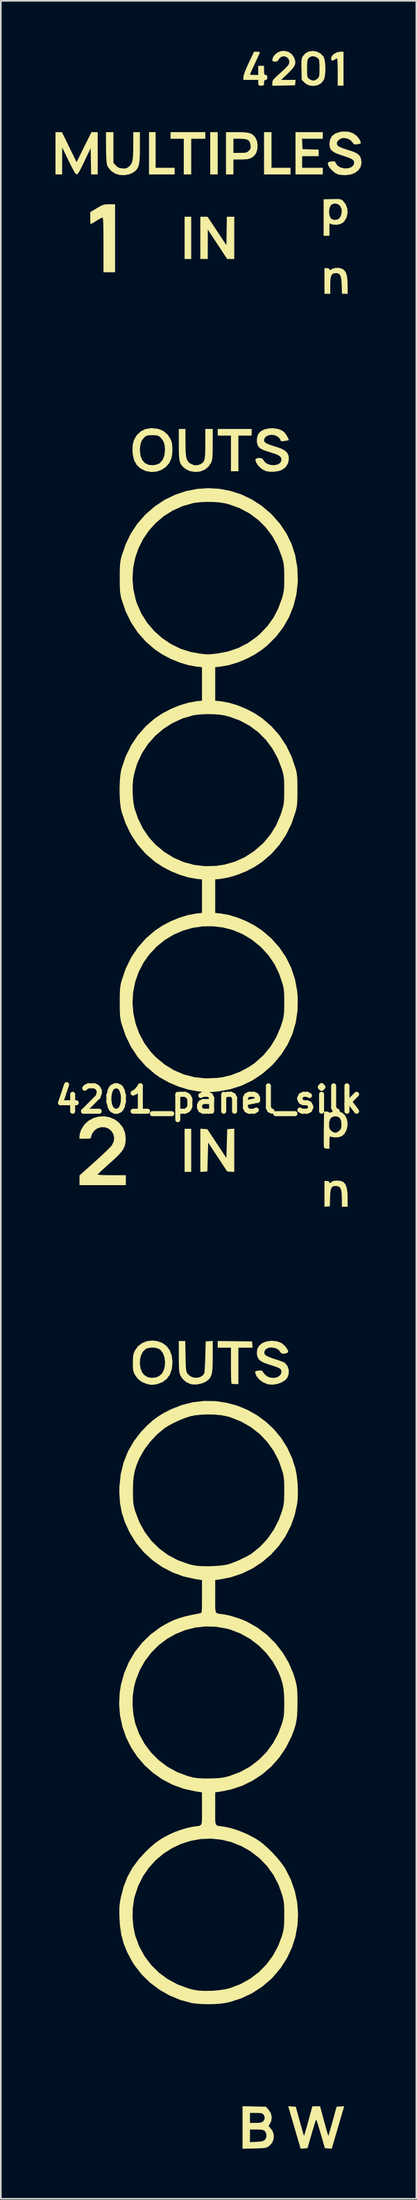
<source format=kicad_pcb>
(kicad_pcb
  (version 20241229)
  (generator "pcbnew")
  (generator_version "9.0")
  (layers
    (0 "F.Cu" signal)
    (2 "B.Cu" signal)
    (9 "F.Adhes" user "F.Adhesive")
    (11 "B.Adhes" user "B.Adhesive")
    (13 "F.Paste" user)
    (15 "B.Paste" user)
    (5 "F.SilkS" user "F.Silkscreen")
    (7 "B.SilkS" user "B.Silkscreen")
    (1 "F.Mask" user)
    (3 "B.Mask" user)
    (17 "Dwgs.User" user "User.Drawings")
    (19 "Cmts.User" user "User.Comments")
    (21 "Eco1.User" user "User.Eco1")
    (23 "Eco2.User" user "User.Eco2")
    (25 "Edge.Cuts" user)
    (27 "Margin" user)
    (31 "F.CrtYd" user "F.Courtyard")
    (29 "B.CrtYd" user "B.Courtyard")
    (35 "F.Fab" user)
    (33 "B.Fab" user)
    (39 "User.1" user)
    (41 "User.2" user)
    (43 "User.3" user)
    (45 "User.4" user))
  (footprint "4201_panel_silk"
    (layer "F.Cu")
    (at 9.478 62.879)
    (property "Reference" "4201_panel_silk" (at 0 0 0) (layer "F.SilkS") (effects (font (size 1.524 1.524) (thickness 0.3))))
    (attr board_only exclude_from_pos_files exclude_from_bom)
    (fp_poly (pts (xy -1.044 -50.402) (xy -1.441 -50.402) (xy -1.441 -52.937) (xy -1.044 -52.937)) (stroke (width 0) (type solid)) (fill yes) (layer "F.SilkS"))
    (fp_poly (pts (xy -1.044 4.324) (xy -1.441 4.324) (xy -1.441 1.74) (xy -1.044 1.74)) (stroke (width 0) (type solid)) (fill yes) (layer "F.SilkS"))
    (fp_poly (pts (xy 0.547 -55.472) (xy 0.099 -55.472) (xy 0.099 -58.007) (xy 0.547 -58.007)) (stroke (width 0) (type solid)) (fill yes) (layer "F.SilkS"))
    (fp_poly (pts (xy -3.181 -55.87) (xy -2.038 -55.87) (xy -2.038 -55.472) (xy -3.579 -55.472) (xy -3.579 -58.007) (xy -3.181 -58.007)) (stroke (width 0) (type solid)) (fill yes) (layer "F.SilkS"))
    (fp_poly (pts (xy 3.778 -55.87) (xy 4.921 -55.87) (xy 4.921 -55.472) (xy 3.33 -55.472) (xy 3.33 -58.007) (xy 3.778 -58.007)) (stroke (width 0) (type solid)) (fill yes) (layer "F.SilkS"))
    (fp_poly (pts (xy -0.199 -57.61) (xy -1.044 -57.61) (xy -1.044 -55.472) (xy -1.491 -55.472) (xy -1.491 -57.61) (xy -2.286 -57.61) (xy -2.286 -58.007) (xy -0.199 -58.007)) (stroke (width 0) (type solid)) (fill yes) (layer "F.SilkS"))
    (fp_poly (pts (xy 2.585 -39.815) (xy 1.789 -39.815) (xy 1.789 -37.677) (xy 1.342 -37.677) (xy 1.342 -39.815) (xy 0.547 -39.815) (xy 0.547 -40.213) (xy 2.585 -40.213)) (stroke (width 0) (type solid)) (fill yes) (layer "F.SilkS"))
    (fp_poly (pts (xy 0.502 -52.085) (xy 1.069 -51.232) (xy 1.082 -52.085) (xy 1.096 -52.937) (xy 1.541 -52.937) (xy 1.541 -50.402) (xy 1.115 -50.402) (xy 0.534 -51.285) (xy -0.048 -52.167) (xy -0.049 -51.285) (xy -0.05 -50.402) (xy -0.497 -50.402) (xy -0.497 -52.937) (xy -0.064 -52.937)) (stroke (width 0) (type solid)) (fill yes) (layer "F.SilkS"))
    (fp_poly (pts (xy 6.859 -57.61) (xy 5.612 -57.61) (xy 5.627 -57.299) (xy 5.642 -56.988) (xy 6.126 -56.974) (xy 6.611 -56.96) (xy 6.611 -56.566) (xy 5.617 -56.566) (xy 5.617 -55.87) (xy 6.859 -55.87) (xy 6.859 -55.472) (xy 5.219 -55.472) (xy 5.219 -58.007) (xy 6.859 -58.007)) (stroke (width 0) (type solid)) (fill yes) (layer "F.SilkS"))
    (fp_poly (pts (xy 1.541 4.33) (xy 1.33 4.315) (xy 1.118 4.3) (xy 0.547 3.436) (xy -0.025 2.572) (xy -0.075 4.3) (xy -0.286 4.315) (xy -0.497 4.33) (xy -0.497 1.734) (xy -0.286 1.749) (xy -0.075 1.765) (xy 1.069 3.492) (xy 1.094 2.628) (xy 1.118 1.765) (xy 1.33 1.749) (xy 1.541 1.734)) (stroke (width 0) (type solid)) (fill yes) (layer "F.SilkS"))
    (fp_poly (pts (xy 2.61 14.489) (xy 2.625 14.676) (xy 2.64 14.862) (xy 1.789 14.862) (xy 1.789 17.049) (xy 1.599 17.049) (xy 1.468 17.041) (xy 1.383 17.022) (xy 1.375 17.016) (xy 1.365 16.959) (xy 1.357 16.817) (xy 1.35 16.606) (xy 1.345 16.34) (xy 1.342 16.035) (xy 1.342 15.923) (xy 1.342 14.862) (xy 0.547 14.862) (xy 0.547 14.463)) (stroke (width 0) (type solid)) (fill yes) (layer "F.SilkS"))
    (fp_poly (pts (xy 8.102 -60.791) (xy 7.754 -60.791) (xy 7.754 -61.611) (xy 7.752 -61.884) (xy 7.746 -62.119) (xy 7.736 -62.298) (xy 7.724 -62.407) (xy 7.714 -62.431) (xy 7.647 -62.404) (xy 7.577 -62.358) (xy 7.456 -62.291) (xy 7.383 -62.31) (xy 7.357 -62.415) (xy 7.357 -62.43) (xy 7.402 -62.568) (xy 7.522 -62.693) (xy 7.69 -62.785) (xy 7.883 -62.828) (xy 7.915 -62.829) (xy 8.102 -62.829)) (stroke (width 0) (type solid)) (fill yes) (layer "F.SilkS"))
    (fp_poly (pts (xy -8.368 -57.109) (xy -7.928 -56.21) (xy -7.482 -57.109) (xy -7.036 -58.007) (xy -6.661 -58.007) (xy -6.661 -55.472) (xy -7.056 -55.472) (xy -7.083 -57.047) (xy -7.456 -56.261) (xy -7.604 -55.956) (xy -7.718 -55.733) (xy -7.805 -55.585) (xy -7.87 -55.501) (xy -7.918 -55.474) (xy -7.919 -55.474) (xy -7.965 -55.497) (xy -8.028 -55.573) (xy -8.112 -55.712) (xy -8.224 -55.923) (xy -8.369 -56.213) (xy -8.402 -56.28) (xy -8.793 -57.088) (xy -8.796 -56.28) (xy -8.798 -55.472) (xy -9.196 -55.472) (xy -9.196 -58.007) (xy -8.808 -58.007)) (stroke (width 0) (type solid)) (fill yes) (layer "F.SilkS"))
    (fp_poly (pts (xy -5.617 -49.607) (xy -6.313 -49.607) (xy -6.313 -51.247) (xy -6.314 -51.731) (xy -6.317 -52.122) (xy -6.323 -52.425) (xy -6.331 -52.647) (xy -6.342 -52.794) (xy -6.357 -52.871) (xy -6.369 -52.888) (xy -6.437 -52.863) (xy -6.562 -52.796) (xy -6.719 -52.703) (xy -6.741 -52.689) (xy -6.896 -52.593) (xy -7.016 -52.523) (xy -7.079 -52.491) (xy -7.082 -52.49) (xy -7.095 -52.536) (xy -7.104 -52.656) (xy -7.108 -52.826) (xy -7.108 -52.851) (xy -7.108 -53.212) (xy -6.715 -53.447) (xy -6.522 -53.56) (xy -6.38 -53.63) (xy -6.256 -53.666) (xy -6.119 -53.681) (xy -5.969 -53.683) (xy -5.617 -53.683)) (stroke (width 0) (type solid)) (fill yes) (layer "F.SilkS"))
    (fp_poly (pts (xy 7.991 -49.828) (xy 8.086 -49.776) (xy 8.194 -49.67) (xy 8.27 -49.528) (xy 8.318 -49.333) (xy 8.342 -49.067) (xy 8.348 -48.824) (xy 8.351 -48.315) (xy 8.012 -48.315) (xy 7.995 -48.832) (xy 7.977 -49.123) (xy 7.941 -49.328) (xy 7.882 -49.461) (xy 7.793 -49.533) (xy 7.668 -49.557) (xy 7.647 -49.557) (xy 7.511 -49.54) (xy 7.415 -49.48) (xy 7.353 -49.364) (xy 7.319 -49.178) (xy 7.307 -48.91) (xy 7.307 -48.837) (xy 7.307 -48.315) (xy 6.959 -48.315) (xy 6.959 -49.856) (xy 7.108 -49.856) (xy 7.226 -49.834) (xy 7.257 -49.78) (xy 7.268 -49.734) (xy 7.318 -49.746) (xy 7.384 -49.788) (xy 7.57 -49.86) (xy 7.787 -49.873)) (stroke (width 0) (type solid)) (fill yes) (layer "F.SilkS"))
    (fp_poly (pts (xy 7.941 4.868) (xy 8.102 4.94) (xy 8.218 5.071) (xy 8.294 5.271) (xy 8.337 5.549) (xy 8.35 5.913) (xy 8.35 5.927) (xy 8.351 6.412) (xy 8.003 6.412) (xy 8.003 5.937) (xy 7.994 5.638) (xy 7.965 5.425) (xy 7.907 5.285) (xy 7.816 5.205) (xy 7.686 5.173) (xy 7.625 5.17) (xy 7.5 5.184) (xy 7.412 5.235) (xy 7.353 5.339) (xy 7.318 5.508) (xy 7.3 5.758) (xy 7.296 5.867) (xy 7.282 6.387) (xy 6.959 6.418) (xy 6.959 4.871) (xy 7.108 4.871) (xy 7.222 4.89) (xy 7.257 4.953) (xy 7.257 4.953) (xy 7.266 5.004) (xy 7.308 4.987) (xy 7.362 4.941) (xy 7.478 4.875) (xy 7.654 4.848) (xy 7.731 4.846)) (stroke (width 0) (type solid)) (fill yes) (layer "F.SilkS"))
    (fp_poly (pts (xy 1.702 -58.007) (xy 2.037 -58.002) (xy 2.289 -57.982) (xy 2.477 -57.942) (xy 2.618 -57.879) (xy 2.729 -57.786) (xy 2.798 -57.702) (xy 2.899 -57.495) (xy 2.942 -57.248) (xy 2.93 -56.994) (xy 2.861 -56.765) (xy 2.768 -56.623) (xy 2.638 -56.506) (xy 2.495 -56.429) (xy 2.313 -56.386) (xy 2.068 -56.369) (xy 1.941 -56.367) (xy 1.491 -56.367) (xy 1.491 -55.472) (xy 1.044 -55.472) (xy 1.044 -56.765) (xy 1.491 -56.765) (xy 1.891 -56.765) (xy 2.096 -56.768) (xy 2.229 -56.781) (xy 2.318 -56.812) (xy 2.391 -56.866) (xy 2.419 -56.893) (xy 2.502 -56.994) (xy 2.529 -57.1) (xy 2.519 -57.228) (xy 2.479 -57.396) (xy 2.401 -57.508) (xy 2.269 -57.574) (xy 2.067 -57.605) (xy 1.883 -57.61) (xy 1.491 -57.61) (xy 1.491 -56.765) (xy 1.044 -56.765) (xy 1.044 -58.007)) (stroke (width 0) (type solid)) (fill yes) (layer "F.SilkS"))
    (fp_poly (pts (xy -5.716 -56.17) (xy -5.577 -56.014) (xy -5.46 -55.908) (xy -5.325 -55.854) (xy -5.189 -55.833) (xy -5.026 -55.826) (xy -4.913 -55.853) (xy -4.804 -55.926) (xy -4.783 -55.942) (xy -4.695 -56.031) (xy -4.628 -56.137) (xy -4.581 -56.274) (xy -4.55 -56.458) (xy -4.532 -56.704) (xy -4.524 -57.027) (xy -4.524 -57.225) (xy -4.523 -58.007) (xy -4.126 -58.007) (xy -4.126 -57.079) (xy -4.129 -56.687) (xy -4.142 -56.38) (xy -4.168 -56.143) (xy -4.212 -55.963) (xy -4.277 -55.825) (xy -4.367 -55.714) (xy -4.487 -55.616) (xy -4.536 -55.582) (xy -4.772 -55.477) (xy -5.054 -55.429) (xy -5.342 -55.441) (xy -5.599 -55.516) (xy -5.601 -55.517) (xy -5.86 -55.686) (xy -6.042 -55.913) (xy -6.098 -56.035) (xy -6.121 -56.151) (xy -6.139 -56.355) (xy -6.152 -56.636) (xy -6.159 -56.982) (xy -6.16 -57.1) (xy -6.164 -58.007) (xy -5.716 -58.007)) (stroke (width 0) (type solid)) (fill yes) (layer "F.SilkS"))
    (fp_poly (pts (xy 7.82 -53.997) (xy 7.939 -53.975) (xy 8.031 -53.924) (xy 8.08 -53.882) (xy 8.244 -53.668) (xy 8.333 -53.415) (xy 8.347 -53.146) (xy 8.285 -52.886) (xy 8.148 -52.659) (xy 8.089 -52.598) (xy 7.918 -52.499) (xy 7.702 -52.451) (xy 7.481 -52.462) (xy 7.41 -52.481) (xy 7.257 -52.535) (xy 7.257 -51.794) (xy 6.909 -51.794) (xy 6.909 -53.228) (xy 7.237 -53.228) (xy 7.256 -53.037) (xy 7.314 -52.879) (xy 7.395 -52.791) (xy 7.559 -52.743) (xy 7.73 -52.764) (xy 7.851 -52.835) (xy 7.939 -52.979) (xy 7.989 -53.171) (xy 7.991 -53.365) (xy 7.982 -53.411) (xy 7.895 -53.587) (xy 7.752 -53.697) (xy 7.577 -53.731) (xy 7.405 -53.682) (xy 7.312 -53.582) (xy 7.256 -53.42) (xy 7.237 -53.228) (xy 6.909 -53.228) (xy 6.909 -53.985) (xy 7.12 -53.987) (xy 7.292 -53.99) (xy 7.504 -53.994) (xy 7.638 -53.997)) (stroke (width 0) (type solid)) (fill yes) (layer "F.SilkS"))
    (fp_poly (pts (xy 4.796 -62.82) (xy 4.989 -62.687) (xy 5.123 -62.5) (xy 5.193 -62.322) (xy 5.212 -62.167) (xy 5.174 -62.016) (xy 5.071 -61.853) (xy 4.898 -61.659) (xy 4.761 -61.524) (xy 4.358 -61.139) (xy 5.225 -61.139) (xy 5.194 -60.816) (xy 4.511 -60.802) (xy 3.827 -60.788) (xy 3.827 -60.96) (xy 3.834 -61.038) (xy 3.863 -61.111) (xy 3.926 -61.196) (xy 4.035 -61.308) (xy 4.203 -61.461) (xy 4.298 -61.545) (xy 4.484 -61.715) (xy 4.645 -61.874) (xy 4.764 -62.005) (xy 4.824 -62.09) (xy 4.825 -62.092) (xy 4.849 -62.255) (xy 4.797 -62.399) (xy 4.689 -62.506) (xy 4.548 -62.556) (xy 4.393 -62.533) (xy 4.342 -62.505) (xy 4.241 -62.415) (xy 4.188 -62.327) (xy 4.137 -62.257) (xy 4.02 -62.233) (xy 3.996 -62.232) (xy 3.88 -62.243) (xy 3.834 -62.288) (xy 3.827 -62.35) (xy 3.858 -62.471) (xy 3.931 -62.599) (xy 3.931 -62.6) (xy 4.12 -62.77) (xy 4.341 -62.863) (xy 4.574 -62.879)) (stroke (width 0) (type solid)) (fill yes) (layer "F.SilkS"))
    (fp_poly (pts (xy 0.249 15.383) (xy 0.246 15.76) (xy 0.236 16.054) (xy 0.217 16.278) (xy 0.185 16.448) (xy 0.139 16.58) (xy 0.075 16.688) (xy 0.011 16.767) (xy -0.176 16.91) (xy -0.423 17.014) (xy -0.697 17.07) (xy -0.965 17.069) (xy -1.094 17.043) (xy -1.351 16.921) (xy -1.566 16.732) (xy -1.694 16.533) (xy -1.728 16.447) (xy -1.752 16.348) (xy -1.769 16.218) (xy -1.78 16.042) (xy -1.786 15.804) (xy -1.788 15.486) (xy -1.788 15.397) (xy -1.789 14.465) (xy -1.401 14.465) (xy -1.384 15.372) (xy -1.377 15.696) (xy -1.369 15.936) (xy -1.359 16.109) (xy -1.343 16.23) (xy -1.321 16.316) (xy -1.29 16.383) (xy -1.253 16.439) (xy -1.102 16.577) (xy -0.91 16.654) (xy -0.702 16.669) (xy -0.504 16.624) (xy -0.343 16.52) (xy -0.266 16.413) (xy -0.251 16.338) (xy -0.236 16.181) (xy -0.222 15.96) (xy -0.209 15.691) (xy -0.199 15.409) (xy -0.174 14.489) (xy 0.037 14.474) (xy 0.249 14.459)) (stroke (width 0) (type solid)) (fill yes) (layer "F.SilkS"))
    (fp_poly (pts (xy -1.389 -39.405) (xy -1.384 -39.039) (xy -1.372 -38.759) (xy -1.347 -38.548) (xy -1.307 -38.393) (xy -1.249 -38.279) (xy -1.169 -38.192) (xy -1.099 -38.139) (xy -0.877 -38.041) (xy -0.651 -38.042) (xy -0.502 -38.097) (xy -0.401 -38.156) (xy -0.325 -38.223) (xy -0.271 -38.313) (xy -0.235 -38.44) (xy -0.213 -38.619) (xy -0.202 -38.863) (xy -0.199 -39.188) (xy -0.199 -39.316) (xy -0.199 -40.213) (xy 0.249 -40.213) (xy 0.247 -39.305) (xy 0.246 -38.97) (xy 0.24 -38.717) (xy 0.23 -38.53) (xy 0.214 -38.394) (xy 0.19 -38.29) (xy 0.157 -38.202) (xy 0.155 -38.197) (xy -0.008 -37.951) (xy -0.234 -37.771) (xy -0.505 -37.662) (xy -0.806 -37.632) (xy -1.119 -37.686) (xy -1.161 -37.701) (xy -1.331 -37.784) (xy -1.489 -37.897) (xy -1.503 -37.91) (xy -1.597 -38.006) (xy -1.668 -38.105) (xy -1.72 -38.221) (xy -1.754 -38.37) (xy -1.775 -38.568) (xy -1.786 -38.83) (xy -1.789 -39.171) (xy -1.789 -39.291) (xy -1.789 -40.213) (xy -1.392 -40.213)) (stroke (width 0) (type solid)) (fill yes) (layer "F.SilkS"))
    (fp_poly (pts (xy 3.021 -62.821) (xy 3.08 -62.8) (xy 3.082 -62.795) (xy 3.062 -62.74) (xy 3.007 -62.612) (xy 2.924 -62.429) (xy 2.822 -62.208) (xy 2.784 -62.125) (xy 2.676 -61.895) (xy 2.586 -61.698) (xy 2.521 -61.552) (xy 2.488 -61.472) (xy 2.485 -61.463) (xy 2.53 -61.448) (xy 2.644 -61.439) (xy 2.734 -61.437) (xy 2.982 -61.437) (xy 2.982 -61.984) (xy 3.33 -61.984) (xy 3.33 -61.711) (xy 3.335 -61.553) (xy 3.353 -61.47) (xy 3.395 -61.44) (xy 3.43 -61.437) (xy 3.503 -61.414) (xy 3.528 -61.327) (xy 3.529 -61.288) (xy 3.514 -61.179) (xy 3.455 -61.14) (xy 3.43 -61.139) (xy 3.361 -61.119) (xy 3.334 -61.044) (xy 3.33 -60.965) (xy 3.323 -60.848) (xy 3.279 -60.801) (xy 3.17 -60.791) (xy 3.156 -60.791) (xy 3.04 -60.799) (xy 2.992 -60.842) (xy 2.982 -60.952) (xy 2.982 -60.965) (xy 2.982 -61.139) (xy 2.088 -61.139) (xy 2.088 -61.309) (xy 2.111 -61.432) (xy 2.18 -61.63) (xy 2.288 -61.892) (xy 2.408 -62.154) (xy 2.728 -62.829) (xy 2.905 -62.829)) (stroke (width 0) (type solid)) (fill yes) (layer "F.SilkS"))
    (fp_poly (pts (xy 7.909 0.734) (xy 8.005 0.771) (xy 8.173 0.91) (xy 8.285 1.108) (xy 8.34 1.343) (xy 8.338 1.592) (xy 8.278 1.832) (xy 8.159 2.04) (xy 8.038 2.157) (xy 7.871 2.232) (xy 7.657 2.261) (xy 7.443 2.242) (xy 7.369 2.221) (xy 7.312 2.205) (xy 7.279 2.22) (xy 7.263 2.285) (xy 7.258 2.418) (xy 7.257 2.557) (xy 7.257 2.933) (xy 7.106 2.933) (xy 6.992 2.914) (xy 6.931 2.869) (xy 6.925 2.802) (xy 6.92 2.652) (xy 6.918 2.433) (xy 6.917 2.163) (xy 6.919 1.856) (xy 6.921 1.763) (xy 6.924 1.509) (xy 7.236 1.509) (xy 7.249 1.675) (xy 7.293 1.784) (xy 7.376 1.872) (xy 7.528 1.968) (xy 7.668 1.973) (xy 7.819 1.885) (xy 7.838 1.868) (xy 7.922 1.783) (xy 7.963 1.688) (xy 7.977 1.545) (xy 7.978 1.476) (xy 7.954 1.244) (xy 7.88 1.092) (xy 7.747 1.012) (xy 7.599 0.994) (xy 7.422 1.033) (xy 7.304 1.149) (xy 7.244 1.345) (xy 7.236 1.509) (xy 6.924 1.509) (xy 6.934 0.721) (xy 7.053 0.704) (xy 7.158 0.713) (xy 7.208 0.746) (xy 7.263 0.78) (xy 7.347 0.751) (xy 7.507 0.706) (xy 7.71 0.701)) (stroke (width 0) (type solid)) (fill yes) (layer "F.SilkS"))
    (fp_poly (pts (xy 6.498 -62.837) (xy 6.712 -62.73) (xy 6.885 -62.556) (xy 6.909 -62.519) (xy 6.963 -62.373) (xy 6.998 -62.158) (xy 7.014 -61.905) (xy 7.012 -61.642) (xy 6.989 -61.4) (xy 6.948 -61.208) (xy 6.927 -61.155) (xy 6.782 -60.958) (xy 6.574 -60.83) (xy 6.317 -60.779) (xy 6.097 -60.794) (xy 5.899 -60.869) (xy 5.749 -60.984) (xy 5.592 -61.141) (xy 5.578 -61.774) (xy 5.577 -61.831) (xy 5.915 -61.831) (xy 5.916 -61.593) (xy 5.922 -61.434) (xy 5.938 -61.333) (xy 5.967 -61.268) (xy 6.015 -61.218) (xy 6.046 -61.192) (xy 6.221 -61.103) (xy 6.389 -61.112) (xy 6.539 -61.211) (xy 6.596 -61.277) (xy 6.632 -61.349) (xy 6.651 -61.453) (xy 6.659 -61.612) (xy 6.661 -61.804) (xy 6.658 -62.018) (xy 6.649 -62.2) (xy 6.637 -62.323) (xy 6.63 -62.355) (xy 6.549 -62.45) (xy 6.415 -62.525) (xy 6.27 -62.559) (xy 6.198 -62.552) (xy 6.081 -62.507) (xy 6 -62.445) (xy 5.951 -62.348) (xy 5.925 -62.197) (xy 5.916 -61.974) (xy 5.915 -61.831) (xy 5.577 -61.831) (xy 5.573 -62.042) (xy 5.575 -62.232) (xy 5.587 -62.364) (xy 5.61 -62.459) (xy 5.646 -62.538) (xy 5.666 -62.571) (xy 5.826 -62.744) (xy 6.033 -62.845) (xy 6.264 -62.876)) (stroke (width 0) (type solid)) (fill yes) (layer "F.SilkS"))
    (fp_poly (pts (xy -3.11 14.464) (xy -2.787 14.576) (xy -2.527 14.762) (xy -2.336 15.017) (xy -2.215 15.337) (xy -2.169 15.717) (xy -2.169 15.757) (xy -2.207 16.14) (xy -2.32 16.466) (xy -2.504 16.728) (xy -2.753 16.922) (xy -3.064 17.041) (xy -3.087 17.046) (xy -3.277 17.082) (xy -3.418 17.092) (xy -3.559 17.074) (xy -3.731 17.031) (xy -4.03 16.909) (xy -4.265 16.715) (xy -4.411 16.512) (xy -4.475 16.394) (xy -4.515 16.286) (xy -4.537 16.16) (xy -4.547 15.985) (xy -4.548 15.833) (xy -4.129 15.833) (xy -4.09 16.099) (xy -3.997 16.335) (xy -3.872 16.497) (xy -3.664 16.626) (xy -3.419 16.676) (xy -3.161 16.645) (xy -2.962 16.561) (xy -2.801 16.414) (xy -2.689 16.205) (xy -2.628 15.957) (xy -2.617 15.691) (xy -2.655 15.43) (xy -2.742 15.197) (xy -2.877 15.014) (xy -2.991 14.932) (xy -3.199 14.867) (xy -3.439 14.855) (xy -3.665 14.895) (xy -3.774 14.942) (xy -3.936 15.092) (xy -4.051 15.306) (xy -4.115 15.561) (xy -4.129 15.833) (xy -4.548 15.833) (xy -4.548 15.782) (xy -4.545 15.535) (xy -4.531 15.358) (xy -4.502 15.22) (xy -4.453 15.092) (xy -4.43 15.044) (xy -4.251 14.788) (xy -4.007 14.597) (xy -3.715 14.477) (xy -3.389 14.435)) (stroke (width 0) (type solid)) (fill yes) (layer "F.SilkS"))
    (fp_poly (pts (xy 2.738 60.352) (xy 3.438 60.368) (xy 3.608 60.554) (xy 3.742 60.766) (xy 3.793 61.002) (xy 3.759 61.236) (xy 3.678 61.394) (xy 3.617 61.488) (xy 3.617 61.546) (xy 3.679 61.612) (xy 3.686 61.618) (xy 3.842 61.82) (xy 3.916 62.053) (xy 3.908 62.294) (xy 3.821 62.521) (xy 3.654 62.711) (xy 3.622 62.735) (xy 3.548 62.782) (xy 3.47 62.816) (xy 3.368 62.839) (xy 3.223 62.853) (xy 3.016 62.863) (xy 2.746 62.871) (xy 2.038 62.888) (xy 2.038 62.492) (xy 2.485 62.492) (xy 2.878 62.474) (xy 3.104 62.457) (xy 3.254 62.427) (xy 3.352 62.38) (xy 3.375 62.361) (xy 3.46 62.224) (xy 3.477 62.055) (xy 3.426 61.894) (xy 3.38 61.835) (xy 3.312 61.783) (xy 3.218 61.753) (xy 3.073 61.739) (xy 2.883 61.735) (xy 2.485 61.735) (xy 2.485 62.492) (xy 2.038 62.492) (xy 2.038 61.338) (xy 2.485 61.338) (xy 2.833 61.338) (xy 3.033 61.332) (xy 3.162 61.31) (xy 3.248 61.267) (xy 3.281 61.238) (xy 3.368 61.101) (xy 3.359 60.954) (xy 3.303 60.852) (xy 3.251 60.794) (xy 3.178 60.761) (xy 3.06 60.745) (xy 2.87 60.741) (xy 2.855 60.741) (xy 2.485 60.741) (xy 2.485 61.338) (xy 2.038 61.338) (xy 2.038 60.336)) (stroke (width 0) (type solid)) (fill yes) (layer "F.SilkS"))
    (fp_poly (pts (xy 7.847 61.348) (xy 7.753 61.668) (xy 7.664 61.972) (xy 7.585 62.242) (xy 7.522 62.459) (xy 7.48 62.603) (xy 7.475 62.62) (xy 7.398 62.884) (xy 7.191 62.869) (xy 6.984 62.854) (xy 6.735 61.996) (xy 6.654 61.722) (xy 6.582 61.484) (xy 6.522 61.298) (xy 6.48 61.178) (xy 6.462 61.14) (xy 6.441 61.185) (xy 6.397 61.311) (xy 6.336 61.502) (xy 6.263 61.744) (xy 6.188 61.997) (xy 5.94 62.854) (xy 5.733 62.869) (xy 5.526 62.884) (xy 5.449 62.62) (xy 5.411 62.492) (xy 5.352 62.287) (xy 5.275 62.026) (xy 5.188 61.726) (xy 5.094 61.407) (xy 5.077 61.348) (xy 4.782 60.339) (xy 5.236 60.368) (xy 5.475 61.233) (xy 5.552 61.51) (xy 5.621 61.752) (xy 5.676 61.944) (xy 5.714 62.069) (xy 5.729 62.113) (xy 5.746 62.072) (xy 5.785 61.95) (xy 5.84 61.761) (xy 5.909 61.52) (xy 5.986 61.241) (xy 5.988 61.236) (xy 6.231 60.344) (xy 6.696 60.344) (xy 6.938 61.236) (xy 7.014 61.515) (xy 7.083 61.758) (xy 7.138 61.947) (xy 7.177 62.071) (xy 7.195 62.113) (xy 7.195 62.113) (xy 7.212 62.062) (xy 7.251 61.931) (xy 7.308 61.735) (xy 7.377 61.49) (xy 7.449 61.233) (xy 7.687 60.368) (xy 8.142 60.339)) (stroke (width 0) (type solid)) (fill yes) (layer "F.SilkS"))
    (fp_poly (pts (xy -3.022 -40.219) (xy -2.718 -40.093) (xy -2.47 -39.887) (xy -2.282 -39.602) (xy -2.234 -39.492) (xy -2.191 -39.307) (xy -2.173 -39.064) (xy -2.179 -38.8) (xy -2.21 -38.554) (xy -2.235 -38.448) (xy -2.365 -38.164) (xy -2.567 -37.933) (xy -2.825 -37.761) (xy -3.121 -37.658) (xy -3.439 -37.632) (xy -3.762 -37.689) (xy -3.8 -37.702) (xy -4.098 -37.851) (xy -4.322 -38.062) (xy -4.474 -38.338) (xy -4.556 -38.682) (xy -4.571 -38.934) (xy -4.125 -38.934) (xy -4.09 -38.611) (xy -3.989 -38.355) (xy -3.827 -38.171) (xy -3.609 -38.064) (xy -3.34 -38.039) (xy -3.314 -38.041) (xy -3.139 -38.074) (xy -2.984 -38.132) (xy -2.941 -38.158) (xy -2.768 -38.346) (xy -2.661 -38.605) (xy -2.62 -38.931) (xy -2.62 -38.965) (xy -2.641 -39.247) (xy -2.713 -39.468) (xy -2.846 -39.654) (xy -2.907 -39.715) (xy -2.994 -39.784) (xy -3.091 -39.821) (xy -3.232 -39.837) (xy -3.38 -39.84) (xy -3.573 -39.835) (xy -3.699 -39.814) (xy -3.791 -39.768) (xy -3.855 -39.715) (xy -4.001 -39.537) (xy -4.088 -39.317) (xy -4.123 -39.034) (xy -4.125 -38.934) (xy -4.571 -38.934) (xy -4.573 -38.964) (xy -4.552 -39.29) (xy -4.482 -39.553) (xy -4.354 -39.781) (xy -4.282 -39.872) (xy -4.058 -40.078) (xy -3.8 -40.204) (xy -3.489 -40.258) (xy -3.377 -40.261)) (stroke (width 0) (type solid)) (fill yes) (layer "F.SilkS"))
    (fp_poly (pts (xy -5.931 1.053) (xy -5.623 1.188) (xy -5.369 1.386) (xy -5.149 1.664) (xy -5.019 1.97) (xy -4.977 2.318) (xy -4.983 2.465) (xy -5.007 2.647) (xy -5.052 2.81) (xy -5.128 2.967) (xy -5.244 3.132) (xy -5.41 3.317) (xy -5.635 3.535) (xy -5.928 3.8) (xy -5.962 3.83) (xy -6.181 4.026) (xy -6.373 4.2) (xy -6.524 4.342) (xy -6.624 4.44) (xy -6.661 4.485) (xy -6.661 4.485) (xy -6.614 4.498) (xy -6.483 4.508) (xy -6.286 4.517) (xy -6.038 4.522) (xy -5.816 4.523) (xy -4.971 4.523) (xy -4.971 5.12) (xy -7.754 5.12) (xy -7.754 4.536) (xy -6.847 3.728) (xy -6.586 3.492) (xy -6.342 3.266) (xy -6.128 3.062) (xy -5.958 2.893) (xy -5.842 2.769) (xy -5.803 2.72) (xy -5.695 2.489) (xy -5.673 2.261) (xy -5.725 2.05) (xy -5.84 1.87) (xy -6.005 1.733) (xy -6.208 1.653) (xy -6.437 1.643) (xy -6.679 1.717) (xy -6.707 1.731) (xy -6.85 1.844) (xy -6.972 2.003) (xy -7.047 2.169) (xy -7.058 2.248) (xy -7.071 2.295) (xy -7.124 2.322) (xy -7.237 2.334) (xy -7.406 2.336) (xy -7.754 2.336) (xy -7.754 2.175) (xy -7.732 2.036) (xy -7.677 1.861) (xy -7.636 1.762) (xy -7.452 1.477) (xy -7.206 1.255) (xy -6.915 1.099) (xy -6.594 1.011) (xy -6.261 0.995)) (stroke (width 0) (type solid)) (fill yes) (layer "F.SilkS"))
    (fp_poly (pts (xy 4.125 14.486) (xy 4.386 14.592) (xy 4.598 14.776) (xy 4.628 14.813) (xy 4.744 14.979) (xy 4.782 15.094) (xy 4.742 15.168) (xy 4.622 15.212) (xy 4.598 15.217) (xy 4.455 15.229) (xy 4.357 15.191) (xy 4.27 15.086) (xy 4.231 15.021) (xy 4.163 14.966) (xy 4.039 14.905) (xy 3.987 14.885) (xy 3.771 14.846) (xy 3.578 14.874) (xy 3.429 14.964) (xy 3.359 15.075) (xy 3.342 15.179) (xy 3.377 15.269) (xy 3.477 15.351) (xy 3.65 15.434) (xy 3.908 15.525) (xy 4.001 15.554) (xy 4.217 15.625) (xy 4.401 15.691) (xy 4.531 15.745) (xy 4.575 15.77) (xy 4.731 15.954) (xy 4.812 16.181) (xy 4.814 16.424) (xy 4.734 16.657) (xy 4.72 16.68) (xy 4.573 16.835) (xy 4.357 16.96) (xy 4.1 17.045) (xy 3.831 17.082) (xy 3.579 17.061) (xy 3.554 17.055) (xy 3.276 16.944) (xy 3.044 16.777) (xy 2.878 16.569) (xy 2.809 16.398) (xy 2.796 16.316) (xy 2.828 16.273) (xy 2.927 16.248) (xy 2.991 16.239) (xy 3.13 16.231) (xy 3.213 16.248) (xy 3.223 16.259) (xy 3.264 16.326) (xy 3.344 16.43) (xy 3.364 16.454) (xy 3.522 16.586) (xy 3.71 16.659) (xy 3.908 16.678) (xy 4.093 16.645) (xy 4.247 16.563) (xy 4.347 16.436) (xy 4.374 16.303) (xy 4.364 16.223) (xy 4.326 16.156) (xy 4.245 16.096) (xy 4.108 16.034) (xy 3.901 15.961) (xy 3.644 15.881) (xy 3.352 15.781) (xy 3.145 15.676) (xy 3.01 15.556) (xy 2.931 15.407) (xy 2.896 15.225) (xy 2.916 14.972) (xy 3.021 14.761) (xy 3.202 14.6) (xy 3.452 14.495) (xy 3.762 14.453) (xy 3.803 14.452)) (stroke (width 0) (type solid)) (fill yes) (layer "F.SilkS"))
    (fp_poly (pts (xy 8.38 -58.037) (xy 8.659 -57.948) (xy 8.871 -57.804) (xy 8.98 -57.687) (xy 9.071 -57.553) (xy 9.129 -57.43) (xy 9.14 -57.345) (xy 9.132 -57.331) (xy 9.069 -57.307) (xy 8.948 -57.283) (xy 8.913 -57.277) (xy 8.782 -57.269) (xy 8.706 -57.302) (xy 8.648 -57.389) (xy 8.526 -57.523) (xy 8.341 -57.619) (xy 8.129 -57.659) (xy 8.11 -57.659) (xy 7.952 -57.624) (xy 7.813 -57.534) (xy 7.722 -57.413) (xy 7.705 -57.334) (xy 7.722 -57.249) (xy 7.781 -57.176) (xy 7.898 -57.106) (xy 8.083 -57.032) (xy 8.352 -56.945) (xy 8.375 -56.938) (xy 8.665 -56.843) (xy 8.872 -56.752) (xy 9.012 -56.654) (xy 9.102 -56.539) (xy 9.151 -56.419) (xy 9.185 -56.157) (xy 9.13 -55.922) (xy 8.996 -55.721) (xy 8.792 -55.566) (xy 8.527 -55.464) (xy 8.211 -55.427) (xy 8.171 -55.427) (xy 7.987 -55.44) (xy 7.815 -55.466) (xy 7.767 -55.478) (xy 7.612 -55.554) (xy 7.447 -55.681) (xy 7.3 -55.833) (xy 7.201 -55.981) (xy 7.18 -56.035) (xy 7.162 -56.142) (xy 7.187 -56.201) (xy 7.277 -56.234) (xy 7.397 -56.253) (xy 7.529 -56.262) (xy 7.597 -56.237) (xy 7.626 -56.182) (xy 7.728 -56.015) (xy 7.904 -55.895) (xy 8.133 -55.833) (xy 8.142 -55.833) (xy 8.371 -55.84) (xy 8.56 -55.901) (xy 8.688 -56.007) (xy 8.727 -56.09) (xy 8.741 -56.202) (xy 8.711 -56.294) (xy 8.626 -56.374) (xy 8.473 -56.452) (xy 8.242 -56.537) (xy 8.081 -56.589) (xy 7.772 -56.693) (xy 7.548 -56.793) (xy 7.398 -56.898) (xy 7.308 -57.02) (xy 7.265 -57.169) (xy 7.257 -57.303) (xy 7.298 -57.572) (xy 7.418 -57.782) (xy 7.617 -57.932) (xy 7.896 -58.022) (xy 8.053 -58.044)) (stroke (width 0) (type solid)) (fill yes) (layer "F.SilkS"))
    (fp_poly (pts (xy 4.177 -40.21) (xy 4.414 -40.114) (xy 4.539 -40.024) (xy 4.607 -39.944) (xy 4.685 -39.826) (xy 4.756 -39.7) (xy 4.804 -39.595) (xy 4.813 -39.541) (xy 4.813 -39.541) (xy 4.758 -39.526) (xy 4.639 -39.503) (xy 4.561 -39.491) (xy 4.415 -39.475) (xy 4.344 -39.486) (xy 4.325 -39.527) (xy 4.324 -39.531) (xy 4.289 -39.61) (xy 4.201 -39.71) (xy 4.172 -39.736) (xy 4.006 -39.828) (xy 3.82 -39.862) (xy 3.636 -39.844) (xy 3.477 -39.778) (xy 3.367 -39.671) (xy 3.33 -39.539) (xy 3.345 -39.465) (xy 3.396 -39.401) (xy 3.499 -39.338) (xy 3.665 -39.27) (xy 3.908 -39.188) (xy 4.048 -39.145) (xy 4.359 -39.036) (xy 4.581 -38.917) (xy 4.725 -38.78) (xy 4.801 -38.615) (xy 4.822 -38.435) (xy 4.777 -38.165) (xy 4.647 -37.944) (xy 4.433 -37.775) (xy 4.41 -37.763) (xy 4.192 -37.687) (xy 3.927 -37.648) (xy 3.658 -37.649) (xy 3.43 -37.691) (xy 3.412 -37.698) (xy 3.169 -37.832) (xy 2.966 -38.026) (xy 2.848 -38.219) (xy 2.81 -38.352) (xy 2.841 -38.43) (xy 2.952 -38.466) (xy 3.068 -38.472) (xy 3.199 -38.45) (xy 3.284 -38.364) (xy 3.302 -38.33) (xy 3.416 -38.192) (xy 3.578 -38.098) (xy 3.766 -38.049) (xy 3.96 -38.044) (xy 4.138 -38.082) (xy 4.279 -38.161) (xy 4.361 -38.283) (xy 4.374 -38.367) (xy 4.358 -38.474) (xy 4.301 -38.56) (xy 4.188 -38.637) (xy 4.005 -38.714) (xy 3.753 -38.796) (xy 3.472 -38.884) (xy 3.27 -38.96) (xy 3.131 -39.03) (xy 3.036 -39.106) (xy 2.97 -39.196) (xy 2.953 -39.227) (xy 2.898 -39.424) (xy 2.903 -39.652) (xy 2.964 -39.868) (xy 3.005 -39.943) (xy 3.158 -40.092) (xy 3.375 -40.194) (xy 3.634 -40.249) (xy 3.909 -40.255)) (stroke (width 0) (type solid)) (fill yes) (layer "F.SilkS"))
    (fp_poly (pts (xy 0.645 -36.625) (xy 1.311 -36.5) (xy 1.962 -36.29) (xy 2.588 -35.993) (xy 3.181 -35.611) (xy 3.734 -35.144) (xy 3.806 -35.072) (xy 4.293 -34.52) (xy 4.688 -33.925) (xy 4.994 -33.291) (xy 5.207 -32.618) (xy 5.329 -31.909) (xy 5.359 -31.163) (xy 5.354 -31.022) (xy 5.274 -30.296) (xy 5.1 -29.601) (xy 4.836 -28.942) (xy 4.486 -28.326) (xy 4.052 -27.759) (xy 3.537 -27.246) (xy 3.219 -26.988) (xy 2.771 -26.69) (xy 2.271 -26.429) (xy 1.747 -26.213) (xy 1.226 -26.056) (xy 0.735 -25.968) (xy 0.72 -25.966) (xy 0.398 -25.933) (xy 0.398 -23.923) (xy 0.72 -23.89) (xy 1.209 -23.804) (xy 1.73 -23.648) (xy 2.254 -23.435) (xy 2.755 -23.174) (xy 3.205 -22.878) (xy 3.219 -22.868) (xy 3.775 -22.388) (xy 4.255 -21.845) (xy 4.658 -21.239) (xy 4.983 -20.572) (xy 5.229 -19.849) (xy 5.269 -19.689) (xy 5.298 -19.533) (xy 5.318 -19.359) (xy 5.33 -19.146) (xy 5.335 -18.874) (xy 5.336 -18.565) (xy 5.335 -18.223) (xy 5.329 -17.959) (xy 5.316 -17.751) (xy 5.296 -17.58) (xy 5.266 -17.425) (xy 5.229 -17.281) (xy 4.981 -16.553) (xy 4.655 -15.886) (xy 4.251 -15.28) (xy 3.771 -14.738) (xy 3.219 -14.263) (xy 2.771 -13.965) (xy 2.271 -13.704) (xy 1.747 -13.489) (xy 1.226 -13.331) (xy 0.735 -13.243) (xy 0.72 -13.241) (xy 0.398 -13.208) (xy 0.398 -11.198) (xy 0.72 -11.165) (xy 1.209 -11.079) (xy 1.73 -10.923) (xy 2.254 -10.71) (xy 2.755 -10.45) (xy 3.205 -10.153) (xy 3.219 -10.143) (xy 3.776 -9.663) (xy 4.255 -9.125) (xy 4.652 -8.536) (xy 4.964 -7.9) (xy 5.188 -7.224) (xy 5.321 -6.515) (xy 5.354 -6.109) (xy 5.342 -5.357) (xy 5.238 -4.642) (xy 5.042 -3.964) (xy 4.754 -3.324) (xy 4.374 -2.723) (xy 3.904 -2.161) (xy 3.782 -2.037) (xy 3.224 -1.55) (xy 2.621 -1.152) (xy 1.976 -0.844) (xy 1.29 -0.626) (xy 0.58 -0.5) (xy 0.291 -0.471) (xy 0.058 -0.458) (xy -0.159 -0.459) (xy -0.4 -0.477) (xy -0.646 -0.503) (xy -1.221 -0.609) (xy -1.813 -0.792) (xy -2.393 -1.039) (xy -2.933 -1.341) (xy -3.231 -1.547) (xy -3.782 -2.023) (xy -4.259 -2.565) (xy -4.66 -3.171) (xy -4.985 -3.839) (xy -5.229 -4.557) (xy -5.269 -4.717) (xy -5.298 -4.873) (xy -5.318 -5.047) (xy -5.33 -5.26) (xy -5.335 -5.531) (xy -5.336 -5.806) (xy -4.568 -5.806) (xy -4.517 -5.177) (xy -4.382 -4.56) (xy -4.164 -3.965) (xy -3.864 -3.403) (xy -3.483 -2.883) (xy -3.172 -2.553) (xy -2.648 -2.117) (xy -2.083 -1.77) (xy -1.481 -1.515) (xy -0.845 -1.351) (xy -0.181 -1.281) (xy 0.509 -1.306) (xy 0.845 -1.351) (xy 1.375 -1.481) (xy 1.912 -1.691) (xy 2.425 -1.966) (xy 2.784 -2.213) (xy 3.286 -2.662) (xy 3.712 -3.174) (xy 4.062 -3.749) (xy 4.335 -4.387) (xy 4.405 -4.602) (xy 4.458 -4.786) (xy 4.496 -4.948) (xy 4.52 -5.113) (xy 4.534 -5.306) (xy 4.541 -5.551) (xy 4.544 -5.816) (xy 4.543 -6.133) (xy 4.536 -6.376) (xy 4.521 -6.568) (xy 4.495 -6.734) (xy 4.456 -6.898) (xy 4.435 -6.975) (xy 4.217 -7.601) (xy 3.941 -8.156) (xy 3.598 -8.656) (xy 3.177 -9.117) (xy 3.112 -9.18) (xy 2.599 -9.595) (xy 2.049 -9.924) (xy 1.471 -10.167) (xy 0.872 -10.325) (xy 0.263 -10.4) (xy -0.349 -10.394) (xy -0.953 -10.306) (xy -1.543 -10.139) (xy -2.108 -9.893) (xy -2.64 -9.57) (xy -3.131 -9.171) (xy -3.57 -8.697) (xy -3.898 -8.235) (xy -4.199 -7.661) (xy -4.41 -7.059) (xy -4.532 -6.437) (xy -4.568 -5.806) (xy -5.336 -5.806) (xy -5.336 -5.841) (xy -5.335 -6.183) (xy -5.329 -6.447) (xy -5.316 -6.654) (xy -5.296 -6.825) (xy -5.266 -6.981) (xy -5.229 -7.124) (xy -4.981 -7.853) (xy -4.655 -8.52) (xy -4.251 -9.125) (xy -3.771 -9.668) (xy -3.219 -10.143) (xy -2.771 -10.44) (xy -2.271 -10.702) (xy -1.747 -10.917) (xy -1.226 -11.075) (xy -0.735 -11.163) (xy -0.72 -11.165) (xy -0.398 -11.198) (xy -0.398 -13.208) (xy -0.72 -13.241) (xy -1.203 -13.326) (xy -1.719 -13.48) (xy -2.24 -13.691) (xy -2.741 -13.95) (xy -3.193 -14.243) (xy -3.233 -14.273) (xy -3.783 -14.749) (xy -4.259 -15.291) (xy -4.66 -15.896) (xy -4.985 -16.564) (xy -5.229 -17.281) (xy -5.285 -17.561) (xy -5.323 -17.912) (xy -5.343 -18.306) (xy -5.345 -18.539) (xy -4.563 -18.539) (xy -4.548 -18.156) (xy -4.511 -17.798) (xy -4.456 -17.5) (xy -4.45 -17.477) (xy -4.235 -16.846) (xy -3.941 -16.256) (xy -3.576 -15.722) (xy -3.198 -15.304) (xy -2.672 -14.863) (xy -2.103 -14.51) (xy -1.499 -14.248) (xy -0.865 -14.078) (xy -0.209 -14.001) (xy 0.464 -14.021) (xy 0.95 -14.095) (xy 1.578 -14.273) (xy 2.174 -14.543) (xy 2.729 -14.901) (xy 3.238 -15.342) (xy 3.333 -15.44) (xy 3.73 -15.921) (xy 4.052 -16.448) (xy 4.309 -17.037) (xy 4.406 -17.327) (xy 4.458 -17.506) (xy 4.495 -17.662) (xy 4.519 -17.819) (xy 4.533 -18.001) (xy 4.539 -18.232) (xy 4.541 -18.536) (xy 4.541 -18.565) (xy 4.54 -18.877) (xy 4.534 -19.113) (xy 4.52 -19.298) (xy 4.497 -19.456) (xy 4.461 -19.611) (xy 4.411 -19.788) (xy 4.406 -19.804) (xy 4.158 -20.456) (xy 3.834 -21.049) (xy 3.438 -21.578) (xy 2.975 -22.039) (xy 2.451 -22.428) (xy 1.869 -22.738) (xy 1.236 -22.967) (xy 0.925 -23.044) (xy 0.626 -23.089) (xy 0.266 -23.113) (xy -0.12 -23.117) (xy -0.495 -23.1) (xy -0.824 -23.063) (xy -0.932 -23.043) (xy -1.564 -22.858) (xy -2.159 -22.588) (xy -2.708 -22.238) (xy -3.202 -21.818) (xy -3.632 -21.334) (xy -3.99 -20.794) (xy -4.267 -20.206) (xy -4.299 -20.118) (xy -4.383 -19.856) (xy -4.459 -19.568) (xy -4.515 -19.305) (xy -4.526 -19.237) (xy -4.557 -18.911) (xy -4.563 -18.539) (xy -5.345 -18.539) (xy -5.346 -18.718) (xy -5.33 -19.119) (xy -5.297 -19.484) (xy -5.245 -19.785) (xy -5.229 -19.849) (xy -4.981 -20.578) (xy -4.655 -21.245) (xy -4.251 -21.85) (xy -3.771 -22.393) (xy -3.219 -22.868) (xy -2.771 -23.165) (xy -2.271 -23.427) (xy -1.747 -23.642) (xy -1.226 -23.8) (xy -0.735 -23.888) (xy -0.72 -23.89) (xy -0.398 -23.923) (xy -0.398 -25.933) (xy -0.72 -25.966) (xy -1.209 -26.052) (xy -1.73 -26.207) (xy -2.254 -26.421) (xy -2.755 -26.681) (xy -3.205 -26.977) (xy -3.219 -26.988) (xy -3.775 -27.467) (xy -4.255 -28.011) (xy -4.658 -28.616) (xy -4.983 -29.284) (xy -5.229 -30.006) (xy -5.269 -30.167) (xy -5.298 -30.323) (xy -5.318 -30.497) (xy -5.33 -30.709) (xy -5.335 -30.981) (xy -5.336 -31.242) (xy -4.569 -31.242) (xy -4.518 -30.604) (xy -4.374 -29.965) (xy -4.299 -29.737) (xy -4.036 -29.145) (xy -3.693 -28.6) (xy -3.277 -28.11) (xy -2.799 -27.682) (xy -2.268 -27.323) (xy -1.693 -27.041) (xy -1.084 -26.844) (xy -0.547 -26.748) (xy -0.317 -26.722) (xy -0.152 -26.707) (xy -0.018 -26.702) (xy 0.118 -26.708) (xy 0.291 -26.725) (xy 0.486 -26.746) (xy 1.154 -26.869) (xy 1.785 -27.083) (xy 2.373 -27.386) (xy 2.916 -27.777) (xy 3.109 -27.949) (xy 3.541 -28.405) (xy 3.894 -28.897) (xy 4.179 -29.441) (xy 4.405 -30.054) (xy 4.435 -30.156) (xy 4.48 -30.327) (xy 4.511 -30.489) (xy 4.531 -30.667) (xy 4.541 -30.885) (xy 4.544 -31.167) (xy 4.544 -31.315) (xy 4.541 -31.624) (xy 4.533 -31.86) (xy 4.517 -32.046) (xy 4.491 -32.209) (xy 4.451 -32.373) (xy 4.405 -32.529) (xy 4.159 -33.179) (xy 3.836 -33.771) (xy 3.441 -34.3) (xy 2.979 -34.761) (xy 2.456 -35.149) (xy 1.878 -35.46) (xy 1.248 -35.688) (xy 0.925 -35.768) (xy 0.628 -35.812) (xy 0.27 -35.836) (xy -0.114 -35.84) (xy -0.488 -35.824) (xy -0.817 -35.788) (xy -0.932 -35.767) (xy -1.569 -35.584) (xy -2.157 -35.32) (xy -2.692 -34.984) (xy -3.169 -34.582) (xy -3.583 -34.122) (xy -3.931 -33.614) (xy -4.208 -33.063) (xy -4.41 -32.479) (xy -4.532 -31.87) (xy -4.569 -31.242) (xy -5.336 -31.242) (xy -5.336 -31.29) (xy -5.335 -31.633) (xy -5.329 -31.897) (xy -5.316 -32.104) (xy -5.296 -32.275) (xy -5.266 -32.431) (xy -5.229 -32.574) (xy -4.987 -33.29) (xy -4.672 -33.94) (xy -4.281 -34.531) (xy -3.811 -35.068) (xy -3.784 -35.094) (xy -3.235 -35.571) (xy -2.644 -35.961) (xy -2.02 -36.266) (xy -1.371 -36.484) (xy -0.705 -36.617) (xy -0.03 -36.664)) (stroke (width 0) (type solid)) (fill yes) (layer "F.SilkS"))
    (fp_poly (pts (xy 0.413 18.068) (xy 1.072 18.162) (xy 1.712 18.337) (xy 2.325 18.587) (xy 2.903 18.911) (xy 3.44 19.303) (xy 3.928 19.76) (xy 4.358 20.28) (xy 4.724 20.858) (xy 5.017 21.491) (xy 5.205 22.07) (xy 5.287 22.477) (xy 5.341 22.942) (xy 5.364 23.425) (xy 5.353 23.888) (xy 5.321 24.213) (xy 5.17 24.908) (xy 4.932 25.567) (xy 4.611 26.184) (xy 4.215 26.752) (xy 3.751 27.264) (xy 3.226 27.714) (xy 2.645 28.095) (xy 2.016 28.401) (xy 1.345 28.624) (xy 0.806 28.735) (xy 0.398 28.797) (xy 0.398 29.782) (xy 0.396 30.122) (xy 0.397 30.375) (xy 0.404 30.556) (xy 0.425 30.678) (xy 0.465 30.753) (xy 0.529 30.794) (xy 0.625 30.816) (xy 0.757 30.832) (xy 0.868 30.845) (xy 1.161 30.9) (xy 1.503 30.991) (xy 1.857 31.107) (xy 2.183 31.235) (xy 2.301 31.289) (xy 2.927 31.642) (xy 3.498 32.074) (xy 4.007 32.576) (xy 4.448 33.14) (xy 4.813 33.755) (xy 5.094 34.414) (xy 5.205 34.773) (xy 5.254 34.962) (xy 5.289 35.126) (xy 5.313 35.287) (xy 5.327 35.469) (xy 5.335 35.695) (xy 5.337 35.986) (xy 5.337 36.161) (xy 5.332 36.575) (xy 5.314 36.915) (xy 5.28 37.206) (xy 5.225 37.475) (xy 5.143 37.746) (xy 5.031 38.044) (xy 4.974 38.184) (xy 4.651 38.834) (xy 4.25 39.428) (xy 3.78 39.96) (xy 3.246 40.424) (xy 2.657 40.814) (xy 2.02 41.124) (xy 1.341 41.349) (xy 0.806 41.46) (xy 0.398 41.522) (xy 0.398 42.507) (xy 0.396 42.847) (xy 0.397 43.1) (xy 0.404 43.281) (xy 0.425 43.403) (xy 0.465 43.477) (xy 0.529 43.519) (xy 0.625 43.541) (xy 0.757 43.557) (xy 0.868 43.57) (xy 1.327 43.662) (xy 1.822 43.819) (xy 2.324 44.03) (xy 2.804 44.284) (xy 2.982 44.394) (xy 3.249 44.591) (xy 3.544 44.851) (xy 3.848 45.151) (xy 4.138 45.469) (xy 4.392 45.782) (xy 4.59 46.067) (xy 4.61 46.1) (xy 4.939 46.752) (xy 5.175 47.425) (xy 5.32 48.113) (xy 5.374 48.807) (xy 5.338 49.497) (xy 5.214 50.176) (xy 5.002 50.836) (xy 4.705 51.467) (xy 4.322 52.062) (xy 3.855 52.612) (xy 3.754 52.714) (xy 3.208 53.179) (xy 2.604 53.568) (xy 1.952 53.875) (xy 1.263 54.094) (xy 0.982 54.155) (xy 0.691 54.194) (xy 0.338 54.217) (xy -0.045 54.223) (xy -0.424 54.214) (xy -0.767 54.188) (xy -1.013 54.153) (xy -1.696 53.969) (xy -2.349 53.698) (xy -2.96 53.349) (xy -3.52 52.927) (xy -4.018 52.441) (xy -4.443 51.898) (xy -4.603 51.645) (xy -4.89 51.107) (xy -5.101 50.588) (xy -5.243 50.058) (xy -5.326 49.489) (xy -5.353 49.06) (xy -5.354 49.016) (xy -4.565 49.016) (xy -4.52 49.559) (xy -4.419 50.061) (xy -4.401 50.127) (xy -4.163 50.764) (xy -3.845 51.346) (xy -3.45 51.869) (xy -2.986 52.329) (xy -2.455 52.719) (xy -1.865 53.036) (xy -1.219 53.275) (xy -0.889 53.361) (xy -0.582 53.407) (xy -0.211 53.425) (xy 0.194 53.418) (xy 0.6 53.386) (xy 0.976 53.332) (xy 1.268 53.263) (xy 1.904 53.023) (xy 2.488 52.701) (xy 3.015 52.302) (xy 3.477 51.833) (xy 3.87 51.299) (xy 4.188 50.708) (xy 4.404 50.129) (xy 4.457 49.943) (xy 4.495 49.779) (xy 4.52 49.613) (xy 4.534 49.419) (xy 4.541 49.171) (xy 4.544 48.911) (xy 4.543 48.591) (xy 4.537 48.346) (xy 4.521 48.149) (xy 4.495 47.975) (xy 4.455 47.801) (xy 4.435 47.726) (xy 4.208 47.076) (xy 3.898 46.479) (xy 3.511 45.94) (xy 3.05 45.465) (xy 2.518 45.057) (xy 1.989 44.755) (xy 1.382 44.51) (xy 0.765 44.359) (xy 0.145 44.297) (xy -0.469 44.321) (xy -1.07 44.428) (xy -1.649 44.612) (xy -2.199 44.87) (xy -2.712 45.198) (xy -3.179 45.592) (xy -3.593 46.049) (xy -3.946 46.564) (xy -4.229 47.133) (xy -4.435 47.752) (xy -4.485 47.966) (xy -4.554 48.473) (xy -4.565 49.016) (xy -5.354 49.016) (xy -5.361 48.742) (xy -5.36 48.492) (xy -5.346 48.278) (xy -5.318 48.07) (xy -5.274 47.836) (xy -5.271 47.821) (xy -5.101 47.167) (xy -4.87 46.578) (xy -4.569 46.037) (xy -4.187 45.523) (xy -3.827 45.131) (xy -3.524 44.835) (xy -3.252 44.599) (xy -2.984 44.401) (xy -2.693 44.222) (xy -2.35 44.041) (xy -2.347 44.04) (xy -2.028 43.898) (xy -1.665 43.767) (xy -1.298 43.658) (xy -0.964 43.584) (xy -0.868 43.57) (xy -0.708 43.551) (xy -0.589 43.535) (xy -0.505 43.508) (xy -0.449 43.457) (xy -0.416 43.368) (xy -0.401 43.228) (xy -0.396 43.024) (xy -0.397 42.743) (xy -0.398 42.507) (xy -0.398 41.522) (xy -0.806 41.46) (xy -1.507 41.305) (xy -2.165 41.065) (xy -2.776 40.747) (xy -3.334 40.358) (xy -3.836 39.906) (xy -4.276 39.397) (xy -4.649 38.838) (xy -4.95 38.236) (xy -5.174 37.598) (xy -5.317 36.931) (xy -5.37 36.298) (xy -4.565 36.298) (xy -4.518 36.843) (xy -4.416 37.348) (xy -4.4 37.404) (xy -4.164 38.034) (xy -3.846 38.614) (xy -3.452 39.138) (xy -2.989 39.599) (xy -2.464 39.992) (xy -1.884 40.309) (xy -1.256 40.545) (xy -0.895 40.637) (xy -0.626 40.675) (xy -0.269 40.692) (xy 0.124 40.689) (xy 0.44 40.678) (xy 0.686 40.66) (xy 0.893 40.632) (xy 1.091 40.588) (xy 1.268 40.538) (xy 1.904 40.298) (xy 2.488 39.976) (xy 3.015 39.577) (xy 3.477 39.108) (xy 3.87 38.575) (xy 4.188 37.983) (xy 4.404 37.404) (xy 4.457 37.218) (xy 4.495 37.054) (xy 4.52 36.888) (xy 4.534 36.694) (xy 4.541 36.447) (xy 4.544 36.186) (xy 4.536 35.731) (xy 4.503 35.345) (xy 4.439 34.999) (xy 4.338 34.664) (xy 4.196 34.312) (xy 4.176 34.265) (xy 3.866 33.7) (xy 3.475 33.182) (xy 3.015 32.721) (xy 2.495 32.326) (xy 1.927 32.006) (xy 1.322 31.77) (xy 1.121 31.713) (xy 0.474 31.597) (xy -0.166 31.575) (xy -0.793 31.642) (xy -1.398 31.794) (xy -1.974 32.026) (xy -2.513 32.332) (xy -3.007 32.709) (xy -3.448 33.15) (xy -3.828 33.651) (xy -4.14 34.207) (xy -4.375 34.813) (xy -4.485 35.241) (xy -4.554 35.751) (xy -4.565 36.298) (xy -5.37 36.298) (xy -5.374 36.242) (xy -5.339 35.539) (xy -5.266 35.08) (xy -5.074 34.382) (xy -4.794 33.722) (xy -4.431 33.109) (xy -3.991 32.551) (xy -3.48 32.054) (xy -2.903 31.628) (xy -2.653 31.477) (xy -2.355 31.318) (xy -2.065 31.187) (xy -1.763 31.076) (xy -1.427 30.978) (xy -1.036 30.888) (xy -0.57 30.797) (xy -0.509 30.786) (xy -0.471 30.777) (xy -0.443 30.757) (xy -0.423 30.712) (xy -0.41 30.629) (xy -0.403 30.495) (xy -0.399 30.298) (xy -0.398 30.023) (xy -0.398 29.782) (xy -0.398 28.797) (xy -0.806 28.735) (xy -1.508 28.579) (xy -2.176 28.333) (xy -2.802 28.005) (xy -3.379 27.599) (xy -3.897 27.123) (xy -4.349 26.581) (xy -4.725 25.979) (xy -4.768 25.897) (xy -5.032 25.315) (xy -5.215 24.745) (xy -5.323 24.162) (xy -5.361 23.54) (xy -5.359 23.4) (xy -4.544 23.4) (xy -4.544 23.461) (xy -4.54 23.772) (xy -4.532 24.009) (xy -4.516 24.196) (xy -4.489 24.36) (xy -4.449 24.525) (xy -4.407 24.669) (xy -4.16 25.319) (xy -3.835 25.91) (xy -3.437 26.439) (xy -2.971 26.9) (xy -2.442 27.29) (xy -1.854 27.602) (xy -1.214 27.833) (xy -0.895 27.912) (xy -0.655 27.946) (xy -0.347 27.964) (xy 0.000306 27.967) (xy 0.358 27.955) (xy 0.697 27.93) (xy 0.988 27.893) (xy 1.143 27.86) (xy 1.393 27.78) (xy 1.692 27.662) (xy 2.005 27.521) (xy 2.3 27.373) (xy 2.543 27.234) (xy 2.6 27.196) (xy 3.091 26.799) (xy 3.53 26.327) (xy 3.905 25.792) (xy 4.209 25.208) (xy 4.404 24.679) (xy 4.458 24.493) (xy 4.495 24.329) (xy 4.52 24.162) (xy 4.534 23.967) (xy 4.541 23.719) (xy 4.544 23.461) (xy 4.543 23.142) (xy 4.537 22.896) (xy 4.521 22.699) (xy 4.495 22.526) (xy 4.455 22.351) (xy 4.435 22.277) (xy 4.21 21.635) (xy 3.901 21.044) (xy 3.516 20.507) (xy 3.06 20.033) (xy 2.539 19.626) (xy 1.961 19.295) (xy 1.332 19.044) (xy 1.118 18.981) (xy 0.785 18.916) (xy 0.39 18.878) (xy -0.035 18.866) (xy -0.457 18.882) (xy -0.842 18.924) (xy -1.111 18.98) (xy -1.422 19.081) (xy -1.768 19.221) (xy -2.115 19.384) (xy -2.43 19.555) (xy -2.659 19.702) (xy -3.101 20.07) (xy -3.509 20.505) (xy -3.863 20.98) (xy -4.143 21.47) (xy -4.176 21.54) (xy -4.323 21.896) (xy -4.428 22.232) (xy -4.496 22.575) (xy -4.533 22.955) (xy -4.544 23.4) (xy -5.359 23.4) (xy -5.355 23.171) (xy -5.277 22.441) (xy -5.107 21.746) (xy -4.846 21.09) (xy -4.493 20.474) (xy -4.051 19.9) (xy -3.674 19.51) (xy -3.35 19.223) (xy -3.03 18.985) (xy -2.679 18.771) (xy -2.266 18.561) (xy -2.26 18.558) (xy -1.601 18.298) (xy -0.931 18.132) (xy -0.257 18.057)) (stroke (width 0) (type solid)) (fill yes) (layer "F.SilkS")))
  (gr_rect
    (start -3 -3)
    (end 21.956 128.767)
    (stroke (width 0.1) (type default))
    (fill no)
    (layer "Edge.Cuts")))
</source>
